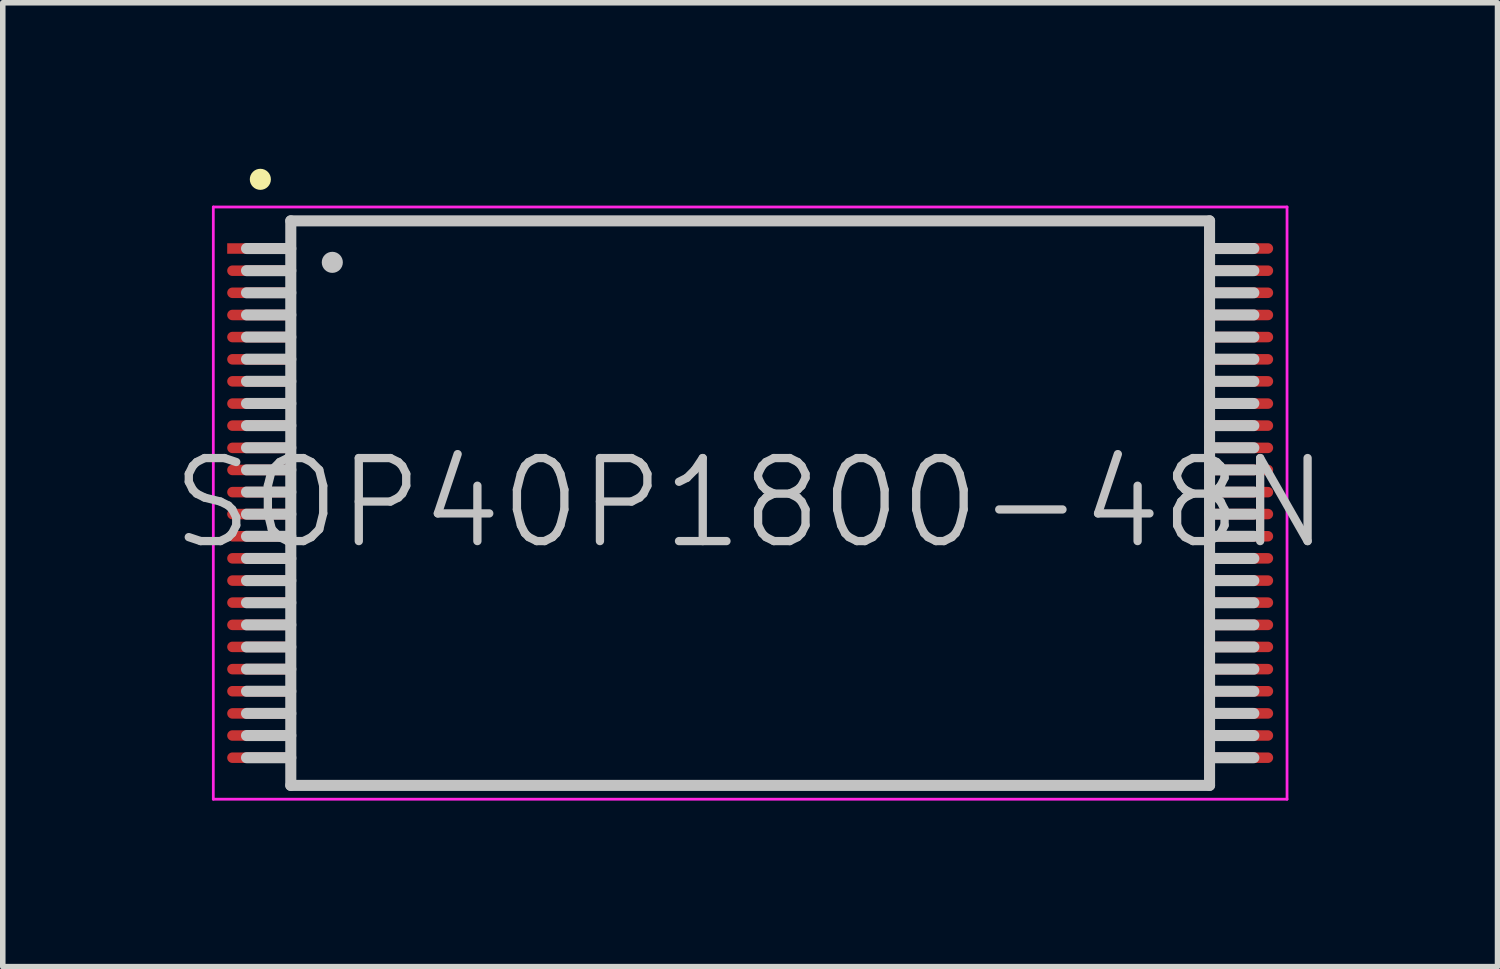
<source format=kicad_pcb>
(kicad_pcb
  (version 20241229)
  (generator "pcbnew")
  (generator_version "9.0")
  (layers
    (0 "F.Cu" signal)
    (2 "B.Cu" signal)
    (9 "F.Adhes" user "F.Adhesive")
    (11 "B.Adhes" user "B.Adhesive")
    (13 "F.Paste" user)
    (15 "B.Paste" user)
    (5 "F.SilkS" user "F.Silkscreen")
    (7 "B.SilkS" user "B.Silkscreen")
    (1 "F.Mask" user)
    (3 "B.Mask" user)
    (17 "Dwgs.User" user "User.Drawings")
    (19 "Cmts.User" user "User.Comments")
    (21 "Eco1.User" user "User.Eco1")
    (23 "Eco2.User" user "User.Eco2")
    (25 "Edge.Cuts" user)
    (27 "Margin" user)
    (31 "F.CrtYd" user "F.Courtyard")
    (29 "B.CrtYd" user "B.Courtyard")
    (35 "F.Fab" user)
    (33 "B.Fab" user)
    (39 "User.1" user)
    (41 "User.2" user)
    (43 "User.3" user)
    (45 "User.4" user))
  (footprint "SOP40P1800-48N"
    (layer "F.Cu")
    (at 10.504 6.04)
    (property "Reference" "SOP40P1800-48N" (at 0 0 0) (layer "Dwgs.User") (effects (font (size 1.5 1.5) (thickness 0.15))))
    (attr smd)
    (fp_line (start -8.85 -5.85) (end -8.85 -5.85) (stroke (width 0.381) (type solid)) (layer "F.SilkS"))
    (fp_line (start -8.3 -5.1) (end -8.3 5.1) (stroke (width 0.2) (type solid)) (layer "Dwgs.User"))
    (fp_line (start -8.3 -5.1) (end 8.3 -5.1) (stroke (width 0.2) (type solid)) (layer "Dwgs.User"))
    (fp_line (start -8.3 -4.6) (end -9.1 -4.6) (stroke (width 0.2) (type solid)) (layer "Dwgs.User"))
    (fp_line (start -8.3 -4.2) (end -9.1 -4.2) (stroke (width 0.2) (type solid)) (layer "Dwgs.User"))
    (fp_line (start -8.3 -3.8) (end -9.1 -3.8) (stroke (width 0.2) (type solid)) (layer "Dwgs.User"))
    (fp_line (start -8.3 -3.4) (end -9.1 -3.4) (stroke (width 0.2) (type solid)) (layer "Dwgs.User"))
    (fp_line (start -8.3 -3) (end -9.1 -3) (stroke (width 0.2) (type solid)) (layer "Dwgs.User"))
    (fp_line (start -8.3 -2.6) (end -9.1 -2.6) (stroke (width 0.2) (type solid)) (layer "Dwgs.User"))
    (fp_line (start -8.3 -2.2) (end -9.1 -2.2) (stroke (width 0.2) (type solid)) (layer "Dwgs.User"))
    (fp_line (start -8.3 -1.8) (end -9.1 -1.8) (stroke (width 0.2) (type solid)) (layer "Dwgs.User"))
    (fp_line (start -8.3 -1.4) (end -9.1 -1.4) (stroke (width 0.2) (type solid)) (layer "Dwgs.User"))
    (fp_line (start -8.3 -1) (end -9.1 -1) (stroke (width 0.2) (type solid)) (layer "Dwgs.User"))
    (fp_line (start -8.3 -0.6) (end -9.1 -0.6) (stroke (width 0.2) (type solid)) (layer "Dwgs.User"))
    (fp_line (start -8.3 -0.2) (end -9.1 -0.2) (stroke (width 0.2) (type solid)) (layer "Dwgs.User"))
    (fp_line (start -8.3 0.2) (end -9.1 0.2) (stroke (width 0.2) (type solid)) (layer "Dwgs.User"))
    (fp_line (start -8.3 0.6) (end -9.1 0.6) (stroke (width 0.2) (type solid)) (layer "Dwgs.User"))
    (fp_line (start -8.3 1) (end -9.1 1) (stroke (width 0.2) (type solid)) (layer "Dwgs.User"))
    (fp_line (start -8.3 1.4) (end -9.1 1.4) (stroke (width 0.2) (type solid)) (layer "Dwgs.User"))
    (fp_line (start -8.3 1.8) (end -9.1 1.8) (stroke (width 0.2) (type solid)) (layer "Dwgs.User"))
    (fp_line (start -8.3 2.2) (end -9.1 2.2) (stroke (width 0.2) (type solid)) (layer "Dwgs.User"))
    (fp_line (start -8.3 2.6) (end -9.1 2.6) (stroke (width 0.2) (type solid)) (layer "Dwgs.User"))
    (fp_line (start -8.3 3) (end -9.1 3) (stroke (width 0.2) (type solid)) (layer "Dwgs.User"))
    (fp_line (start -8.3 3.4) (end -9.1 3.4) (stroke (width 0.2) (type solid)) (layer "Dwgs.User"))
    (fp_line (start -8.3 3.8) (end -9.1 3.8) (stroke (width 0.2) (type solid)) (layer "Dwgs.User"))
    (fp_line (start -8.3 4.2) (end -9.1 4.2) (stroke (width 0.2) (type solid)) (layer "Dwgs.User"))
    (fp_line (start -8.3 4.6) (end -9.1 4.6) (stroke (width 0.2) (type solid)) (layer "Dwgs.User"))
    (fp_line (start -8.3 5.1) (end 8.3 5.1) (stroke (width 0.2) (type solid)) (layer "Dwgs.User"))
    (fp_line (start -7.55 -4.35) (end -7.55 -4.35) (stroke (width 0.381) (type solid)) (layer "Dwgs.User"))
    (fp_line (start 8.3 -5.1) (end 8.3 5.1) (stroke (width 0.2) (type solid)) (layer "Dwgs.User"))
    (fp_line (start 9.1 -4.6) (end 8.3 -4.6) (stroke (width 0.2) (type solid)) (layer "Dwgs.User"))
    (fp_line (start 9.1 -4.2) (end 8.3 -4.2) (stroke (width 0.2) (type solid)) (layer "Dwgs.User"))
    (fp_line (start 9.1 -3.8) (end 8.3 -3.8) (stroke (width 0.2) (type solid)) (layer "Dwgs.User"))
    (fp_line (start 9.1 -3.4) (end 8.3 -3.4) (stroke (width 0.2) (type solid)) (layer "Dwgs.User"))
    (fp_line (start 9.1 -3) (end 8.3 -3) (stroke (width 0.2) (type solid)) (layer "Dwgs.User"))
    (fp_line (start 9.1 -2.6) (end 8.3 -2.6) (stroke (width 0.2) (type solid)) (layer "Dwgs.User"))
    (fp_line (start 9.1 -2.2) (end 8.3 -2.2) (stroke (width 0.2) (type solid)) (layer "Dwgs.User"))
    (fp_line (start 9.1 -1.8) (end 8.3 -1.8) (stroke (width 0.2) (type solid)) (layer "Dwgs.User"))
    (fp_line (start 9.1 -1.4) (end 8.3 -1.4) (stroke (width 0.2) (type solid)) (layer "Dwgs.User"))
    (fp_line (start 9.1 -1) (end 8.3 -1) (stroke (width 0.2) (type solid)) (layer "Dwgs.User"))
    (fp_line (start 9.1 -0.6) (end 8.3 -0.6) (stroke (width 0.2) (type solid)) (layer "Dwgs.User"))
    (fp_line (start 9.1 -0.2) (end 8.3 -0.2) (stroke (width 0.2) (type solid)) (layer "Dwgs.User"))
    (fp_line (start 9.1 0.2) (end 8.3 0.2) (stroke (width 0.2) (type solid)) (layer "Dwgs.User"))
    (fp_line (start 9.1 0.6) (end 8.3 0.6) (stroke (width 0.2) (type solid)) (layer "Dwgs.User"))
    (fp_line (start 9.1 1) (end 8.3 1) (stroke (width 0.2) (type solid)) (layer "Dwgs.User"))
    (fp_line (start 9.1 1.4) (end 8.3 1.4) (stroke (width 0.2) (type solid)) (layer "Dwgs.User"))
    (fp_line (start 9.1 1.8) (end 8.3 1.8) (stroke (width 0.2) (type solid)) (layer "Dwgs.User"))
    (fp_line (start 9.1 2.2) (end 8.3 2.2) (stroke (width 0.2) (type solid)) (layer "Dwgs.User"))
    (fp_line (start 9.1 2.6) (end 8.3 2.6) (stroke (width 0.2) (type solid)) (layer "Dwgs.User"))
    (fp_line (start 9.1 3) (end 8.3 3) (stroke (width 0.2) (type solid)) (layer "Dwgs.User"))
    (fp_line (start 9.1 3.4) (end 8.3 3.4) (stroke (width 0.2) (type solid)) (layer "Dwgs.User"))
    (fp_line (start 9.1 3.8) (end 8.3 3.8) (stroke (width 0.2) (type solid)) (layer "Dwgs.User"))
    (fp_line (start 9.1 4.2) (end 8.3 4.2) (stroke (width 0.2) (type solid)) (layer "Dwgs.User"))
    (fp_line (start 9.1 4.6) (end 8.3 4.6) (stroke (width 0.2) (type solid)) (layer "Dwgs.User"))
    (fp_line (start -9.7 -5.35) (end -9.7 5.35) (stroke (width 0.05) (type solid)) (layer "F.CrtYd"))
    (fp_line (start -9.7 -5.35) (end 9.7 -5.35) (stroke (width 0.05) (type solid)) (layer "F.CrtYd"))
    (fp_line (start -9.7 5.35) (end 9.7 5.35) (stroke (width 0.05) (type solid)) (layer "F.CrtYd"))
    (fp_line (start 9.7 -5.35) (end 9.7 5.35) (stroke (width 0.05) (type solid)) (layer "F.CrtYd"))
    (pad "1" smd rect (at -8.849 -4.6 90) (size 0.19 1.2) (layers "F.Cu" "F.Mask" "F.Paste"))
    (pad "2" smd oval (at -8.849 -4.199 90) (size 0.19 1.2) (layers "F.Cu" "F.Mask" "F.Paste"))
    (pad "3" smd oval (at -8.849 -3.8 90) (size 0.19 1.2) (layers "F.Cu" "F.Mask" "F.Paste"))
    (pad "4" smd oval (at -8.849 -3.399 90) (size 0.19 1.2) (layers "F.Cu" "F.Mask" "F.Paste"))
    (pad "5" smd oval (at -8.849 -3 90) (size 0.19 1.2) (layers "F.Cu" "F.Mask" "F.Paste"))
    (pad "6" smd oval (at -8.849 -2.598 90) (size 0.19 1.2) (layers "F.Cu" "F.Mask" "F.Paste"))
    (pad "7" smd oval (at -8.849 -2.2 90) (size 0.19 1.2) (layers "F.Cu" "F.Mask" "F.Paste"))
    (pad "8" smd oval (at -8.849 -1.798 90) (size 0.19 1.2) (layers "F.Cu" "F.Mask" "F.Paste"))
    (pad "9" smd oval (at -8.849 -1.4 90) (size 0.19 1.2) (layers "F.Cu" "F.Mask" "F.Paste"))
    (pad "10" smd oval (at -8.849 -0.998 90) (size 0.19 1.2) (layers "F.Cu" "F.Mask" "F.Paste"))
    (pad "11" smd oval (at -8.849 -0.599 90) (size 0.19 1.2) (layers "F.Cu" "F.Mask" "F.Paste"))
    (pad "12" smd oval (at -8.849 -0.198 90) (size 0.19 1.2) (layers "F.Cu" "F.Mask" "F.Paste"))
    (pad "13" smd oval (at -8.849 0.198 90) (size 0.19 1.2) (layers "F.Cu" "F.Mask" "F.Paste"))
    (pad "14" smd oval (at -8.849 0.599 90) (size 0.19 1.2) (layers "F.Cu" "F.Mask" "F.Paste"))
    (pad "15" smd oval (at -8.849 0.998 90) (size 0.19 1.2) (layers "F.Cu" "F.Mask" "F.Paste"))
    (pad "16" smd oval (at -8.849 1.4 90) (size 0.19 1.2) (layers "F.Cu" "F.Mask" "F.Paste"))
    (pad "17" smd oval (at -8.849 1.798 90) (size 0.19 1.2) (layers "F.Cu" "F.Mask" "F.Paste"))
    (pad "18" smd oval (at -8.849 2.2 90) (size 0.19 1.2) (layers "F.Cu" "F.Mask" "F.Paste"))
    (pad "19" smd oval (at -8.849 2.598 90) (size 0.19 1.2) (layers "F.Cu" "F.Mask" "F.Paste"))
    (pad "20" smd oval (at -8.849 3 90) (size 0.19 1.2) (layers "F.Cu" "F.Mask" "F.Paste"))
    (pad "21" smd oval (at -8.849 3.399 90) (size 0.19 1.2) (layers "F.Cu" "F.Mask" "F.Paste"))
    (pad "22" smd oval (at -8.849 3.8 90) (size 0.19 1.2) (layers "F.Cu" "F.Mask" "F.Paste"))
    (pad "23" smd oval (at -8.849 4.199 90) (size 0.19 1.2) (layers "F.Cu" "F.Mask" "F.Paste"))
    (pad "24" smd oval (at -8.849 4.6 90) (size 0.19 1.2) (layers "F.Cu" "F.Mask" "F.Paste"))
    (pad "25" smd oval (at 8.849 4.6 270) (size 0.19 1.2) (layers "F.Cu" "F.Mask" "F.Paste"))
    (pad "26" smd oval (at 8.849 4.199 270) (size 0.19 1.2) (layers "F.Cu" "F.Mask" "F.Paste"))
    (pad "27" smd oval (at 8.849 3.8 270) (size 0.19 1.2) (layers "F.Cu" "F.Mask" "F.Paste"))
    (pad "28" smd oval (at 8.849 3.399 270) (size 0.19 1.2) (layers "F.Cu" "F.Mask" "F.Paste"))
    (pad "29" smd oval (at 8.849 3 270) (size 0.19 1.2) (layers "F.Cu" "F.Mask" "F.Paste"))
    (pad "30" smd oval (at 8.849 2.598 270) (size 0.19 1.2) (layers "F.Cu" "F.Mask" "F.Paste"))
    (pad "31" smd oval (at 8.849 2.2 270) (size 0.19 1.2) (layers "F.Cu" "F.Mask" "F.Paste"))
    (pad "32" smd oval (at 8.849 1.798 270) (size 0.19 1.2) (layers "F.Cu" "F.Mask" "F.Paste"))
    (pad "33" smd oval (at 8.849 1.4 270) (size 0.19 1.2) (layers "F.Cu" "F.Mask" "F.Paste"))
    (pad "34" smd oval (at 8.849 0.998 270) (size 0.19 1.2) (layers "F.Cu" "F.Mask" "F.Paste"))
    (pad "35" smd oval (at 8.849 0.599 270) (size 0.19 1.2) (layers "F.Cu" "F.Mask" "F.Paste"))
    (pad "36" smd oval (at 8.849 0.198 270) (size 0.19 1.2) (layers "F.Cu" "F.Mask" "F.Paste"))
    (pad "37" smd oval (at 8.849 -0.198 270) (size 0.19 1.2) (layers "F.Cu" "F.Mask" "F.Paste"))
    (pad "38" smd oval (at 8.849 -0.599 270) (size 0.19 1.2) (layers "F.Cu" "F.Mask" "F.Paste"))
    (pad "39" smd oval (at 8.849 -0.998 270) (size 0.19 1.2) (layers "F.Cu" "F.Mask" "F.Paste"))
    (pad "40" smd oval (at 8.849 -1.4 270) (size 0.19 1.2) (layers "F.Cu" "F.Mask" "F.Paste"))
    (pad "41" smd oval (at 8.849 -1.798 270) (size 0.19 1.2) (layers "F.Cu" "F.Mask" "F.Paste"))
    (pad "42" smd oval (at 8.849 -2.2 270) (size 0.19 1.2) (layers "F.Cu" "F.Mask" "F.Paste"))
    (pad "43" smd oval (at 8.849 -2.598 270) (size 0.19 1.2) (layers "F.Cu" "F.Mask" "F.Paste"))
    (pad "44" smd oval (at 8.849 -3 270) (size 0.19 1.2) (layers "F.Cu" "F.Mask" "F.Paste"))
    (pad "45" smd oval (at 8.849 -3.399 270) (size 0.19 1.2) (layers "F.Cu" "F.Mask" "F.Paste"))
    (pad "46" smd oval (at 8.849 -3.8 270) (size 0.19 1.2) (layers "F.Cu" "F.Mask" "F.Paste"))
    (pad "47" smd oval (at 8.849 -4.199 270) (size 0.19 1.2) (layers "F.Cu" "F.Mask" "F.Paste"))
    (pad "48" smd oval (at 8.849 -4.6 270) (size 0.19 1.2) (layers "F.Cu" "F.Mask" "F.Paste")))
  (gr_rect
    (start -3 -3)
    (end 24.007 14.415)
    (stroke (width 0.1) (type default))
    (fill no)
    (layer "Edge.Cuts")))
</source>
